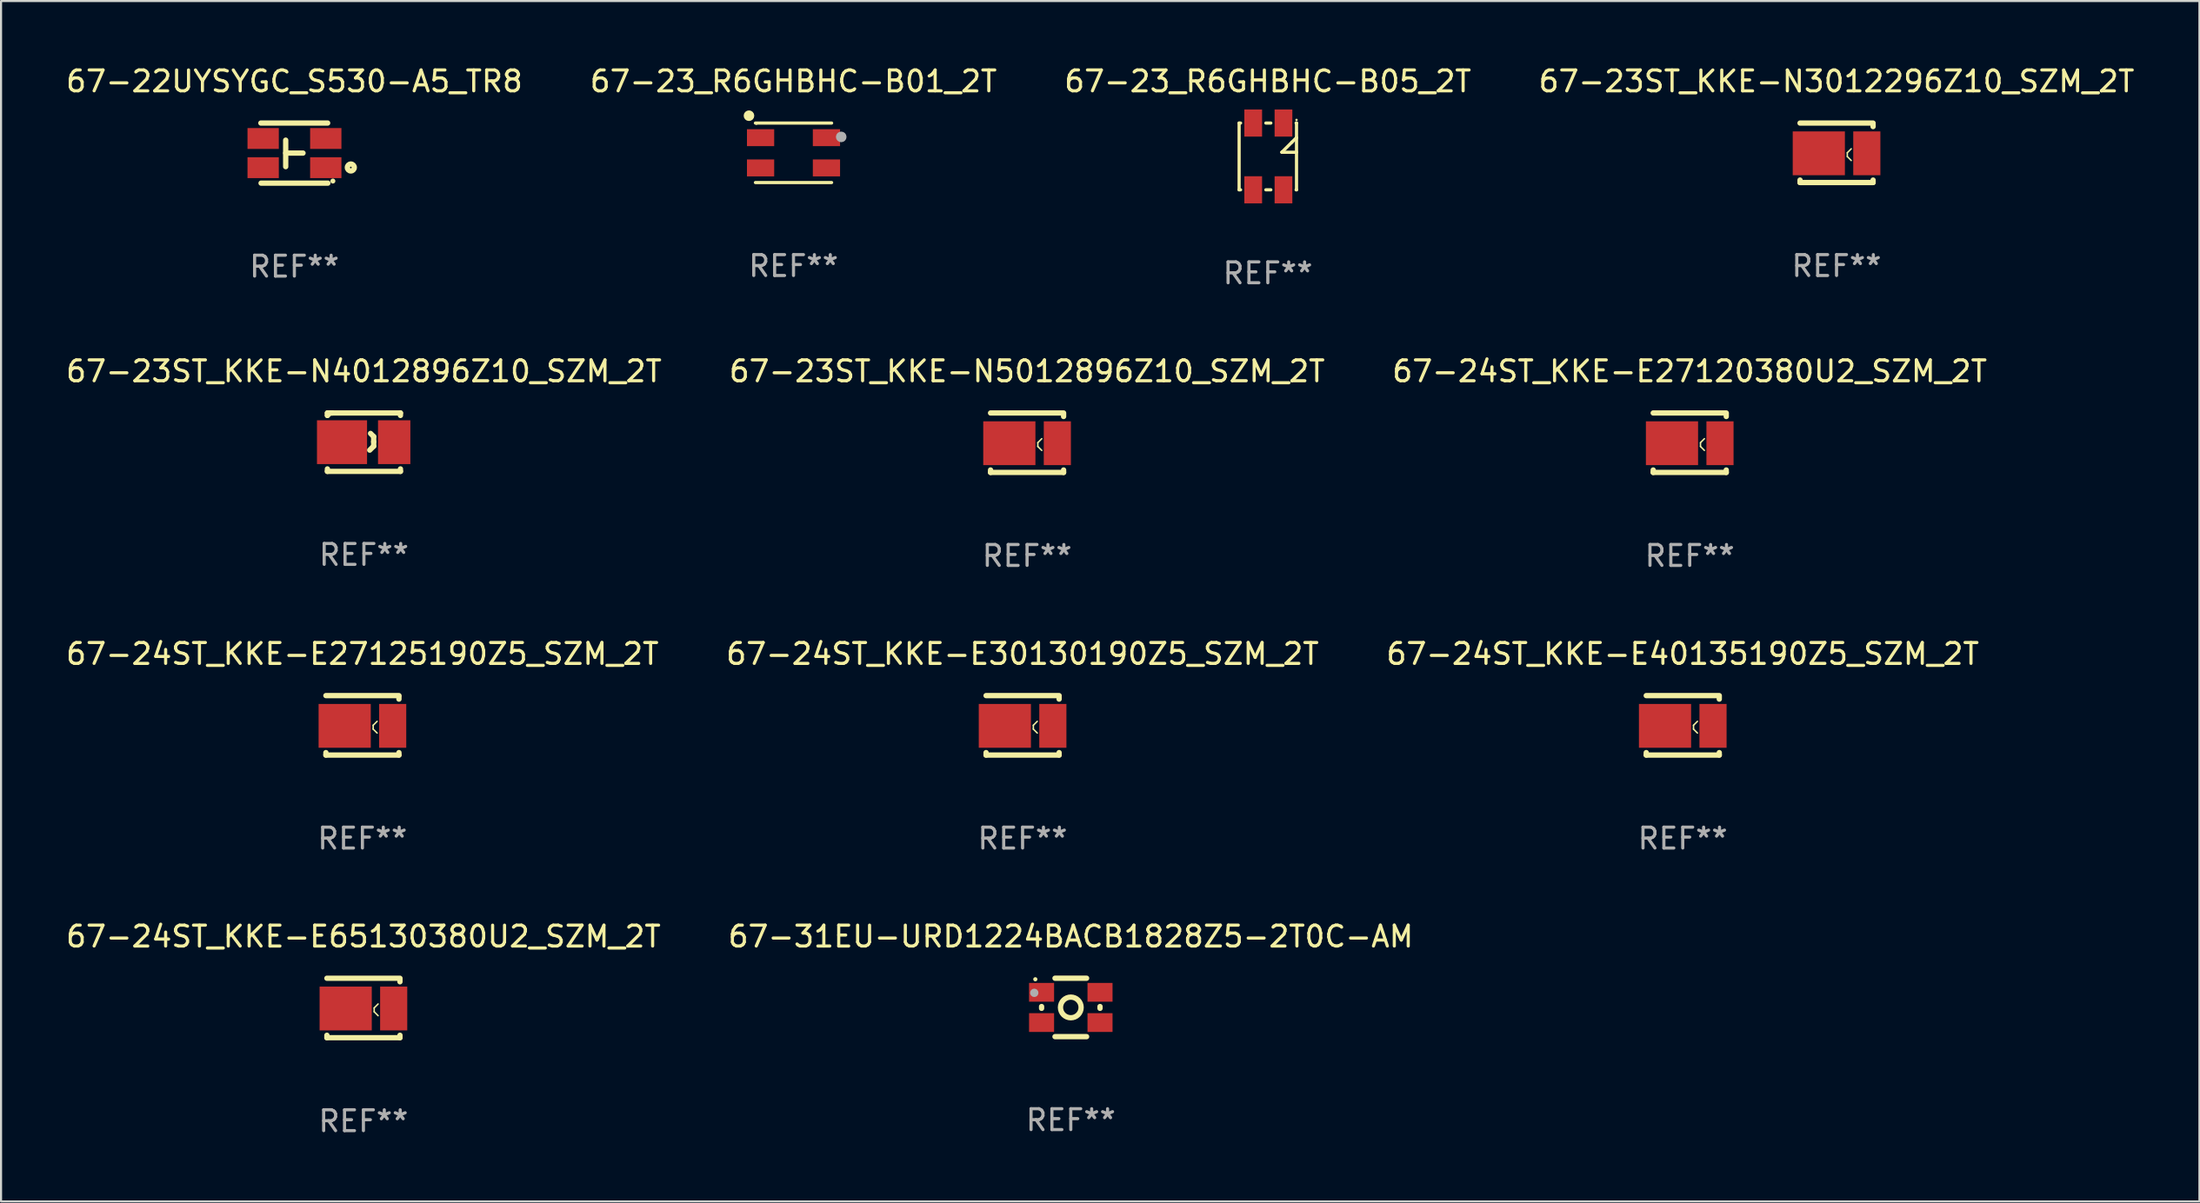
<source format=kicad_pcb>
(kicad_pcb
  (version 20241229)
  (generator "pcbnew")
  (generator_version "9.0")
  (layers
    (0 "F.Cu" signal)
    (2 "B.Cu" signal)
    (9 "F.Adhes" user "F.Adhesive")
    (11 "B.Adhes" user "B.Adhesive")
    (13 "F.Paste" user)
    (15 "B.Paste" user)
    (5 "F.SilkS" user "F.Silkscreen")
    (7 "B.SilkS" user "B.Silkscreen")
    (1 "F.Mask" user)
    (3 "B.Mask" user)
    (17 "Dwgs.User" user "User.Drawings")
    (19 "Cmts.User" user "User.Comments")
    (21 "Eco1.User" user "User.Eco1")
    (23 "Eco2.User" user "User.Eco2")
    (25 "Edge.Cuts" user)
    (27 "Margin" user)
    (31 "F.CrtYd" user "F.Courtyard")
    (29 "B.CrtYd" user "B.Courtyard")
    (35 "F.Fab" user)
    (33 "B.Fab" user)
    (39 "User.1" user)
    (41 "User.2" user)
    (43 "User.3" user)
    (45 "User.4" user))
  (footprint "67-24ST_KKE-E27120380U2_SZM_2T"
    (layer "F.Cu")
    (at 77.911 18.17)
    (property "Reference" "67-24ST_KKE-E27120380U2_SZM_2T" (at 0 -3.425 0) (layer "F.SilkS") (effects (font (size 1 1) (thickness 0.15))))
    (attr through_hole)
    (fp_line (start -1.75 -1.425) (end 1.75 -1.425) (stroke (width 0.254) (type solid)) (layer "F.SilkS"))
    (fp_line (start -1.75 1.307) (end -1.75 1.425) (stroke (width 0.254) (type solid)) (layer "F.SilkS"))
    (fp_line (start 0.515 -0.003) (end 0.704 -0.192) (stroke (width 0.07) (type solid)) (layer "F.SilkS"))
    (fp_line (start 0.515 0.181) (end 0.515 -0.003) (stroke (width 0.07) (type solid)) (layer "F.SilkS"))
    (fp_line (start 0.704 0.37) (end 0.515 0.181) (stroke (width 0.07) (type solid)) (layer "F.SilkS"))
    (fp_line (start 1.75 -1.375) (end 1.75 -1.256) (stroke (width 0.254) (type solid)) (layer "F.SilkS"))
    (fp_line (start 1.75 1.307) (end 1.75 1.425) (stroke (width 0.254) (type solid)) (layer "F.SilkS"))
    (fp_line (start 1.75 1.425) (end -1.75 1.425) (stroke (width 0.254) (type solid)) (layer "F.SilkS"))
    (fp_circle (center -1.775 1.425) (end -1.745 1.425) (stroke (width 0.06) (type solid)) (fill no) (layer "F.SilkS"))
    (fp_text user "REF**" (at 0 5.425 0) (layer "F.Fab") (effects (font (size 1 1) (thickness 0.15))))
    (pad "1" smd rect (at -0.85 0.025) (size 2.5 2.1) (layers "F.Cu" "F.Mask" "F.Paste"))
    (pad "2" smd rect (at 1.45 0.025 180) (size 1.3 2.1) (layers "F.Cu" "F.Mask" "F.Paste")))
  (footprint "67-22UYSYGC_S530-A5_TR8"
    (layer "F.Cu")
    (at 11.054 4.288)
    (property "Reference" "67-22UYSYGC_S530-A5_TR8" (at 0 -3.44 0) (layer "F.SilkS") (effects (font (size 1 1) (thickness 0.15))))
    (attr through_hole)
    (fp_line (start -1.605 -1.44) (end 1.595 -1.44) (stroke (width 0.254) (type solid)) (layer "F.SilkS"))
    (fp_line (start -0.415 -0.001) (end 0.415 -0.001) (stroke (width 0.254) (type solid)) (layer "F.SilkS"))
    (fp_line (start -0.415 0.65) (end -0.415 -0.62) (stroke (width 0.254) (type solid)) (layer "F.SilkS"))
    (fp_line (start 1.605 1.44) (end -1.595 1.44) (stroke (width 0.254) (type solid)) (layer "F.SilkS"))
    (fp_circle (center 1.845 1.34) (end 1.905 1.34) (stroke (width 0.12) (type solid)) (fill no) (layer "F.SilkS"))
    (fp_circle (center 2.705 0.69) (end 2.871 0.69) (stroke (width 0.254) (type solid)) (fill no) (layer "F.SilkS"))
    (fp_text user "REF**" (at 0 5.44 0) (layer "F.Fab") (effects (font (size 1 1) (thickness 0.15))))
    (pad "1" smd rect (at 1.505 0.7 270) (size 1 1.5) (layers "F.Cu" "F.Mask" "F.Paste"))
    (pad "2" smd rect (at 1.505 -0.7 270) (size 1 1.5) (layers "F.Cu" "F.Mask" "F.Paste"))
    (pad "3" smd rect (at -1.495 -0.7 270) (size 1 1.5) (layers "F.Cu" "F.Mask" "F.Paste"))
    (pad "4" smd rect (at -1.495 0.7 270) (size 1 1.5) (layers "F.Cu" "F.Mask" "F.Paste")))
  (footprint "67-24ST_KKE-E30130190Z5_SZM_2T"
    (layer "F.Cu")
    (at 45.946 31.717)
    (property "Reference" "67-24ST_KKE-E30130190Z5_SZM_2T" (at 0 -3.425 0) (layer "F.SilkS") (effects (font (size 1 1) (thickness 0.15))))
    (attr through_hole)
    (fp_line (start -1.75 -1.425) (end 1.75 -1.425) (stroke (width 0.254) (type solid)) (layer "F.SilkS"))
    (fp_line (start -1.75 1.307) (end -1.75 1.425) (stroke (width 0.254) (type solid)) (layer "F.SilkS"))
    (fp_line (start 0.515 -0.003) (end 0.704 -0.192) (stroke (width 0.07) (type solid)) (layer "F.SilkS"))
    (fp_line (start 0.515 0.181) (end 0.515 -0.003) (stroke (width 0.07) (type solid)) (layer "F.SilkS"))
    (fp_line (start 0.704 0.37) (end 0.515 0.181) (stroke (width 0.07) (type solid)) (layer "F.SilkS"))
    (fp_line (start 1.75 -1.375) (end 1.75 -1.256) (stroke (width 0.254) (type solid)) (layer "F.SilkS"))
    (fp_line (start 1.75 1.307) (end 1.75 1.425) (stroke (width 0.254) (type solid)) (layer "F.SilkS"))
    (fp_line (start 1.75 1.425) (end -1.75 1.425) (stroke (width 0.254) (type solid)) (layer "F.SilkS"))
    (fp_circle (center -1.775 1.425) (end -1.745 1.425) (stroke (width 0.06) (type solid)) (fill no) (layer "F.SilkS"))
    (fp_text user "REF**" (at 0 5.425 0) (layer "F.Fab") (effects (font (size 1 1) (thickness 0.15))))
    (pad "1" smd rect (at -0.85 0.025) (size 2.5 2.1) (layers "F.Cu" "F.Mask" "F.Paste"))
    (pad "2" smd rect (at 1.45 0.025 180) (size 1.3 2.1) (layers "F.Cu" "F.Mask" "F.Paste")))
  (footprint "67-23ST_KKE-N5012896Z10_SZM_2T"
    (layer "F.Cu")
    (at 46.161 18.17)
    (property "Reference" "67-23ST_KKE-N5012896Z10_SZM_2T" (at 0 -3.425 0) (layer "F.SilkS") (effects (font (size 1 1) (thickness 0.15))))
    (attr through_hole)
    (fp_line (start -1.75 -1.425) (end 1.75 -1.425) (stroke (width 0.254) (type solid)) (layer "F.SilkS"))
    (fp_line (start -1.75 1.307) (end -1.75 1.425) (stroke (width 0.254) (type solid)) (layer "F.SilkS"))
    (fp_line (start 0.515 -0.003) (end 0.704 -0.192) (stroke (width 0.07) (type solid)) (layer "F.SilkS"))
    (fp_line (start 0.515 0.181) (end 0.515 -0.003) (stroke (width 0.07) (type solid)) (layer "F.SilkS"))
    (fp_line (start 0.704 0.37) (end 0.515 0.181) (stroke (width 0.07) (type solid)) (layer "F.SilkS"))
    (fp_line (start 1.75 -1.375) (end 1.75 -1.256) (stroke (width 0.254) (type solid)) (layer "F.SilkS"))
    (fp_line (start 1.75 1.307) (end 1.75 1.425) (stroke (width 0.254) (type solid)) (layer "F.SilkS"))
    (fp_line (start 1.75 1.425) (end -1.75 1.425) (stroke (width 0.254) (type solid)) (layer "F.SilkS"))
    (fp_circle (center -1.775 1.425) (end -1.745 1.425) (stroke (width 0.06) (type solid)) (fill no) (layer "F.SilkS"))
    (fp_text user "REF**" (at 0 5.425 0) (layer "F.Fab") (effects (font (size 1 1) (thickness 0.15))))
    (pad "1" smd rect (at -0.85 0.025) (size 2.5 2.1) (layers "F.Cu" "F.Mask" "F.Paste"))
    (pad "2" smd rect (at 1.45 0.025 180) (size 1.3 2.1) (layers "F.Cu" "F.Mask" "F.Paste")))
  (footprint "67-23_R6GHBHC-B01_2T"
    (layer "F.Cu")
    (at 34.97 4.274)
    (property "Reference" "67-23_R6GHBHC-B01_2T" (at 0 -3.426 0) (layer "F.SilkS") (effects (font (size 1 1) (thickness 0.15))))
    (attr through_hole)
    (fp_line (start -1.826 -1.426) (end 1.826 -1.426) (stroke (width 0.152) (type solid)) (layer "F.SilkS"))
    (fp_line (start -1.826 1.426) (end 1.826 1.426) (stroke (width 0.152) (type solid)) (layer "F.SilkS"))
    (fp_circle (center -2.134 -1.778) (end -2.007 -1.778) (stroke (width 0.254) (type solid)) (fill no) (layer "F.SilkS"))
    (fp_circle (center -1.778 -1.397) (end -1.748 -1.397) (stroke (width 0.06) (type solid)) (fill no) (layer "F.SilkS"))
    (fp_circle (center 2.286 -0.762) (end 2.413 -0.762) (stroke (width 0.254) (type solid)) (fill no) (layer "F.Fab"))
    (fp_text user "REF**" (at 0 5.426 0) (layer "F.Fab") (effects (font (size 1 1) (thickness 0.15))))
    (pad "1" smd rect (at -1.578 -0.725) (size 1.305 0.812) (layers "F.Cu" "F.Mask" "F.Paste"))
    (pad "2" smd rect (at -1.578 0.725) (size 1.305 0.812) (layers "F.Cu" "F.Mask" "F.Paste"))
    (pad "3" smd rect (at 1.578 0.725) (size 1.305 0.812) (layers "F.Cu" "F.Mask" "F.Paste"))
    (pad "4" smd rect (at 1.578 -0.725) (size 1.305 0.812) (layers "F.Cu" "F.Mask" "F.Paste")))
  (footprint "67-24ST_KKE-E65130380U2_SZM_2T"
    (layer "F.Cu")
    (at 14.363 45.265)
    (property "Reference" "67-24ST_KKE-E65130380U2_SZM_2T" (at 0 -3.425 0) (layer "F.SilkS") (effects (font (size 1 1) (thickness 0.15))))
    (attr through_hole)
    (fp_line (start -1.75 -1.425) (end 1.75 -1.425) (stroke (width 0.254) (type solid)) (layer "F.SilkS"))
    (fp_line (start -1.75 1.307) (end -1.75 1.425) (stroke (width 0.254) (type solid)) (layer "F.SilkS"))
    (fp_line (start 0.515 -0.003) (end 0.704 -0.192) (stroke (width 0.07) (type solid)) (layer "F.SilkS"))
    (fp_line (start 0.515 0.181) (end 0.515 -0.003) (stroke (width 0.07) (type solid)) (layer "F.SilkS"))
    (fp_line (start 0.704 0.37) (end 0.515 0.181) (stroke (width 0.07) (type solid)) (layer "F.SilkS"))
    (fp_line (start 1.75 -1.375) (end 1.75 -1.256) (stroke (width 0.254) (type solid)) (layer "F.SilkS"))
    (fp_line (start 1.75 1.307) (end 1.75 1.425) (stroke (width 0.254) (type solid)) (layer "F.SilkS"))
    (fp_line (start 1.75 1.425) (end -1.75 1.425) (stroke (width 0.254) (type solid)) (layer "F.SilkS"))
    (fp_circle (center -1.775 1.425) (end -1.745 1.425) (stroke (width 0.06) (type solid)) (fill no) (layer "F.SilkS"))
    (fp_text user "REF**" (at 0 5.425 0) (layer "F.Fab") (effects (font (size 1 1) (thickness 0.15))))
    (pad "1" smd rect (at -0.85 0.025) (size 2.5 2.1) (layers "F.Cu" "F.Mask" "F.Paste"))
    (pad "2" smd rect (at 1.45 0.025 180) (size 1.3 2.1) (layers "F.Cu" "F.Mask" "F.Paste")))
  (footprint "67-23_R6GHBHC-B05_2T"
    (layer "F.Cu")
    (at 57.696 4.448)
    (property "Reference" "67-23_R6GHBHC-B05_2T" (at 0 -3.6 0) (layer "F.SilkS") (effects (font (size 1 1) (thickness 0.15))))
    (attr through_hole)
    (fp_line (start -1.375 -1.6) (end -1.375 1.6) (stroke (width 0.152) (type solid)) (layer "F.SilkS"))
    (fp_line (start -1.375 1.6) (end -1.305 1.6) (stroke (width 0.152) (type solid)) (layer "F.SilkS"))
    (fp_line (start -1.305 -1.6) (end -1.375 -1.6) (stroke (width 0.152) (type solid)) (layer "F.SilkS"))
    (fp_line (start -0.095 1.6) (end 0.145 1.6) (stroke (width 0.152) (type solid)) (layer "F.SilkS"))
    (fp_line (start 0.145 -1.6) (end -0.095 -1.6) (stroke (width 0.152) (type solid)) (layer "F.SilkS"))
    (fp_line (start 0.675 -0.204) (end 1.156 -0.684) (stroke (width 0.152) (type solid)) (layer "F.SilkS"))
    (fp_line (start 0.675 -0.2) (end 0.675 -0.204) (stroke (width 0.152) (type solid)) (layer "F.SilkS"))
    (fp_line (start 1.156 -0.684) (end 1.367 -0.896) (stroke (width 0.152) (type solid)) (layer "F.SilkS"))
    (fp_line (start 1.355 1.6) (end 1.375 1.6) (stroke (width 0.152) (type solid)) (layer "F.SilkS"))
    (fp_line (start 1.367 -0.896) (end 1.375 -0.896) (stroke (width 0.152) (type solid)) (layer "F.SilkS"))
    (fp_line (start 1.375 -1.6) (end 1.355 -1.6) (stroke (width 0.152) (type solid)) (layer "F.SilkS"))
    (fp_line (start 1.375 -0.2) (end 0.675 -0.2) (stroke (width 0.152) (type solid)) (layer "F.SilkS"))
    (fp_line (start 1.375 1.6) (end 1.375 -1.6) (stroke (width 0.152) (type solid)) (layer "F.SilkS"))
    (fp_circle (center 1.375 -1.75) (end 1.405 -1.75) (stroke (width 0.06) (type solid)) (fill no) (layer "F.SilkS"))
    (fp_text user "REF**" (at 0 5.6 0) (layer "F.Fab") (effects (font (size 1 1) (thickness 0.15))))
    (pad "1" smd rect (at 0.75 -1.6 90) (size 1.3 0.85) (layers "F.Cu" "F.Mask" "F.Paste"))
    (pad "2" smd rect (at -0.7 -1.6 90) (size 1.3 0.85) (layers "F.Cu" "F.Mask" "F.Paste"))
    (pad "3" smd rect (at -0.7 1.6 90) (size 1.3 0.85) (layers "F.Cu" "F.Mask" "F.Paste"))
    (pad "4" smd rect (at 0.75 1.6 90) (size 1.3 0.85) (layers "F.Cu" "F.Mask" "F.Paste")))
  (footprint "67-24ST_KKE-E27125190Z5_SZM_2T"
    (layer "F.Cu")
    (at 14.315 31.717)
    (property "Reference" "67-24ST_KKE-E27125190Z5_SZM_2T" (at 0 -3.425 0) (layer "F.SilkS") (effects (font (size 1 1) (thickness 0.15))))
    (attr through_hole)
    (fp_line (start -1.75 -1.425) (end 1.75 -1.425) (stroke (width 0.254) (type solid)) (layer "F.SilkS"))
    (fp_line (start -1.75 1.307) (end -1.75 1.425) (stroke (width 0.254) (type solid)) (layer "F.SilkS"))
    (fp_line (start 0.515 -0.003) (end 0.704 -0.192) (stroke (width 0.07) (type solid)) (layer "F.SilkS"))
    (fp_line (start 0.515 0.181) (end 0.515 -0.003) (stroke (width 0.07) (type solid)) (layer "F.SilkS"))
    (fp_line (start 0.704 0.37) (end 0.515 0.181) (stroke (width 0.07) (type solid)) (layer "F.SilkS"))
    (fp_line (start 1.75 -1.375) (end 1.75 -1.256) (stroke (width 0.254) (type solid)) (layer "F.SilkS"))
    (fp_line (start 1.75 1.307) (end 1.75 1.425) (stroke (width 0.254) (type solid)) (layer "F.SilkS"))
    (fp_line (start 1.75 1.425) (end -1.75 1.425) (stroke (width 0.254) (type solid)) (layer "F.SilkS"))
    (fp_circle (center -1.775 1.425) (end -1.745 1.425) (stroke (width 0.06) (type solid)) (fill no) (layer "F.SilkS"))
    (fp_text user "REF**" (at 0 5.425 0) (layer "F.Fab") (effects (font (size 1 1) (thickness 0.15))))
    (pad "1" smd rect (at -0.85 0.025) (size 2.5 2.1) (layers "F.Cu" "F.Mask" "F.Paste"))
    (pad "2" smd rect (at 1.45 0.025 180) (size 1.3 2.1) (layers "F.Cu" "F.Mask" "F.Paste")))
  (footprint "67-23ST_KKE-N4012896Z10_SZM_2T"
    (layer "F.Cu")
    (at 14.387 18.145)
    (property "Reference" "67-23ST_KKE-N4012896Z10_SZM_2T" (at 0 -3.4 0) (layer "F.SilkS") (effects (font (size 1 1) (thickness 0.15))))
    (attr through_hole)
    (fp_line (start -1.75 -1.4) (end -1.75 -1.281) (stroke (width 0.254) (type solid)) (layer "F.SilkS"))
    (fp_line (start -1.75 -1.4) (end 1.75 -1.4) (stroke (width 0.254) (type solid)) (layer "F.SilkS"))
    (fp_line (start -1.75 1.281) (end -1.75 1.4) (stroke (width 0.254) (type solid)) (layer "F.SilkS"))
    (fp_line (start -1.631 -1.4) (end -1.75 -1.281) (stroke (width 0.254) (type solid)) (layer "F.SilkS"))
    (fp_line (start -1.513 -1.4) (end -1.631 -1.4) (stroke (width 0.254) (type solid)) (layer "F.SilkS"))
    (fp_line (start 0.277 0.381) (end 0.467 0.191) (stroke (width 0.254) (type solid)) (layer "F.SilkS"))
    (fp_line (start 0.467 -0.269) (end 0.317 -0.419) (stroke (width 0.254) (type solid)) (layer "F.SilkS"))
    (fp_line (start 0.467 -0.019) (end 0.467 -0.269) (stroke (width 0.254) (type solid)) (layer "F.SilkS"))
    (fp_line (start 0.467 0.191) (end 0.467 -0.019) (stroke (width 0.254) (type solid)) (layer "F.SilkS"))
    (fp_line (start 1.75 -1.4) (end 1.75 -1.281) (stroke (width 0.254) (type solid)) (layer "F.SilkS"))
    (fp_line (start 1.75 1.281) (end 1.75 1.4) (stroke (width 0.254) (type solid)) (layer "F.SilkS"))
    (fp_line (start 1.75 1.4) (end -1.75 1.4) (stroke (width 0.254) (type solid)) (layer "F.SilkS"))
    (fp_circle (center -1.775 1.4) (end -1.745 1.4) (stroke (width 0.06) (type solid)) (fill no) (layer "F.SilkS"))
    (fp_text user "REF**" (at 0 5.4 0) (layer "F.Fab") (effects (font (size 1 1) (thickness 0.15))))
    (pad "1" smd rect (at -1.05 0.000102) (size 2.4 2.1) (layers "F.Cu" "F.Mask" "F.Paste"))
    (pad "2" smd rect (at 1.45 0.000102) (size 1.55 2.1) (layers "F.Cu" "F.Mask" "F.Paste")))
  (footprint "67-24ST_KKE-E40135190Z5_SZM_2T"
    (layer "F.Cu")
    (at 77.577 31.717)
    (property "Reference" "67-24ST_KKE-E40135190Z5_SZM_2T" (at 0 -3.425 0) (layer "F.SilkS") (effects (font (size 1 1) (thickness 0.15))))
    (attr through_hole)
    (fp_line (start -1.75 -1.425) (end 1.75 -1.425) (stroke (width 0.254) (type solid)) (layer "F.SilkS"))
    (fp_line (start -1.75 1.307) (end -1.75 1.425) (stroke (width 0.254) (type solid)) (layer "F.SilkS"))
    (fp_line (start 0.515 -0.003) (end 0.704 -0.192) (stroke (width 0.07) (type solid)) (layer "F.SilkS"))
    (fp_line (start 0.515 0.181) (end 0.515 -0.003) (stroke (width 0.07) (type solid)) (layer "F.SilkS"))
    (fp_line (start 0.704 0.37) (end 0.515 0.181) (stroke (width 0.07) (type solid)) (layer "F.SilkS"))
    (fp_line (start 1.75 -1.375) (end 1.75 -1.256) (stroke (width 0.254) (type solid)) (layer "F.SilkS"))
    (fp_line (start 1.75 1.307) (end 1.75 1.425) (stroke (width 0.254) (type solid)) (layer "F.SilkS"))
    (fp_line (start 1.75 1.425) (end -1.75 1.425) (stroke (width 0.254) (type solid)) (layer "F.SilkS"))
    (fp_circle (center -1.775 1.425) (end -1.745 1.425) (stroke (width 0.06) (type solid)) (fill no) (layer "F.SilkS"))
    (fp_text user "REF**" (at 0 5.425 0) (layer "F.Fab") (effects (font (size 1 1) (thickness 0.15))))
    (pad "1" smd rect (at -0.85 0.025) (size 2.5 2.1) (layers "F.Cu" "F.Mask" "F.Paste"))
    (pad "2" smd rect (at 1.45 0.025 180) (size 1.3 2.1) (layers "F.Cu" "F.Mask" "F.Paste")))
  (footprint "67-23ST_KKE-N3012296Z10_SZM_2T"
    (layer "F.Cu")
    (at 84.946 4.274)
    (property "Reference" "67-23ST_KKE-N3012296Z10_SZM_2T" (at 0 -3.425 0) (layer "F.SilkS") (effects (font (size 1 1) (thickness 0.15))))
    (attr through_hole)
    (fp_line (start -1.75 -1.425) (end 1.75 -1.425) (stroke (width 0.254) (type solid)) (layer "F.SilkS"))
    (fp_line (start -1.75 1.307) (end -1.75 1.425) (stroke (width 0.254) (type solid)) (layer "F.SilkS"))
    (fp_line (start 0.515 -0.003) (end 0.704 -0.192) (stroke (width 0.07) (type solid)) (layer "F.SilkS"))
    (fp_line (start 0.515 0.181) (end 0.515 -0.003) (stroke (width 0.07) (type solid)) (layer "F.SilkS"))
    (fp_line (start 0.704 0.37) (end 0.515 0.181) (stroke (width 0.07) (type solid)) (layer "F.SilkS"))
    (fp_line (start 1.75 -1.375) (end 1.75 -1.256) (stroke (width 0.254) (type solid)) (layer "F.SilkS"))
    (fp_line (start 1.75 1.307) (end 1.75 1.425) (stroke (width 0.254) (type solid)) (layer "F.SilkS"))
    (fp_line (start 1.75 1.425) (end -1.75 1.425) (stroke (width 0.254) (type solid)) (layer "F.SilkS"))
    (fp_circle (center -1.775 1.425) (end -1.745 1.425) (stroke (width 0.06) (type solid)) (fill no) (layer "F.SilkS"))
    (fp_text user "REF**" (at 0 5.425 0) (layer "F.Fab") (effects (font (size 1 1) (thickness 0.15))))
    (pad "1" smd rect (at -0.85 0.025) (size 2.5 2.1) (layers "F.Cu" "F.Mask" "F.Paste"))
    (pad "2" smd rect (at 1.45 0.025 180) (size 1.3 2.1) (layers "F.Cu" "F.Mask" "F.Paste")))
  (footprint "67-31EU-URD1224BACB1828Z5-2T0C-AM"
    (layer "F.Cu")
    (at 48.256 45.239)
    (property "Reference" "67-31EU-URD1224BACB1828Z5-2T0C-AM" (at 0 -3.4 0) (layer "F.SilkS") (effects (font (size 1 1) (thickness 0.15))))
    (attr through_hole)
    (fp_line (start -1.4 0.044) (end -1.4 -0.044) (stroke (width 0.254) (type solid)) (layer "F.SilkS"))
    (fp_line (start -0.757 -1.4) (end 0.757 -1.4) (stroke (width 0.254) (type solid)) (layer "F.SilkS"))
    (fp_line (start 0.757 1.4) (end -0.757 1.4) (stroke (width 0.254) (type solid)) (layer "F.SilkS"))
    (fp_line (start 1.4 -0.044) (end 1.4 0.044) (stroke (width 0.254) (type solid)) (layer "F.SilkS"))
    (fp_circle (center -1.7 -1.35) (end -1.65 -1.35) (stroke (width 0.1) (type solid)) (fill no) (layer "F.SilkS"))
    (fp_circle (center 0 0) (end 0.495 0) (stroke (width 0.254) (type solid)) (fill no) (layer "F.SilkS"))
    (fp_circle (center -1.75 -0.7) (end -1.65 -0.7) (stroke (width 0.2) (type solid)) (fill no) (layer "F.Fab"))
    (fp_text user "REF**" (at 0 5.4 0) (layer "F.Fab") (effects (font (size 1 1) (thickness 0.15))))
    (pad "1" smd rect (at -1.4 -0.725 90) (size 0.9 1.2) (layers "F.Cu" "F.Mask" "F.Paste"))
    (pad "2" smd rect (at 1.4 -0.725 90) (size 0.9 1.2) (layers "F.Cu" "F.Mask" "F.Paste"))
    (pad "3" smd rect (at 1.4 0.725 90) (size 0.9 1.2) (layers "F.Cu" "F.Mask" "F.Paste"))
    (pad "4" smd rect (at -1.4 0.725 90) (size 0.9 1.2) (layers "F.Cu" "F.Mask" "F.Paste")))
  (gr_rect
    (start -3 -3)
    (end 102.333 54.538)
    (stroke (width 0.1) (type default))
    (fill no)
    (layer "Edge.Cuts")))
</source>
